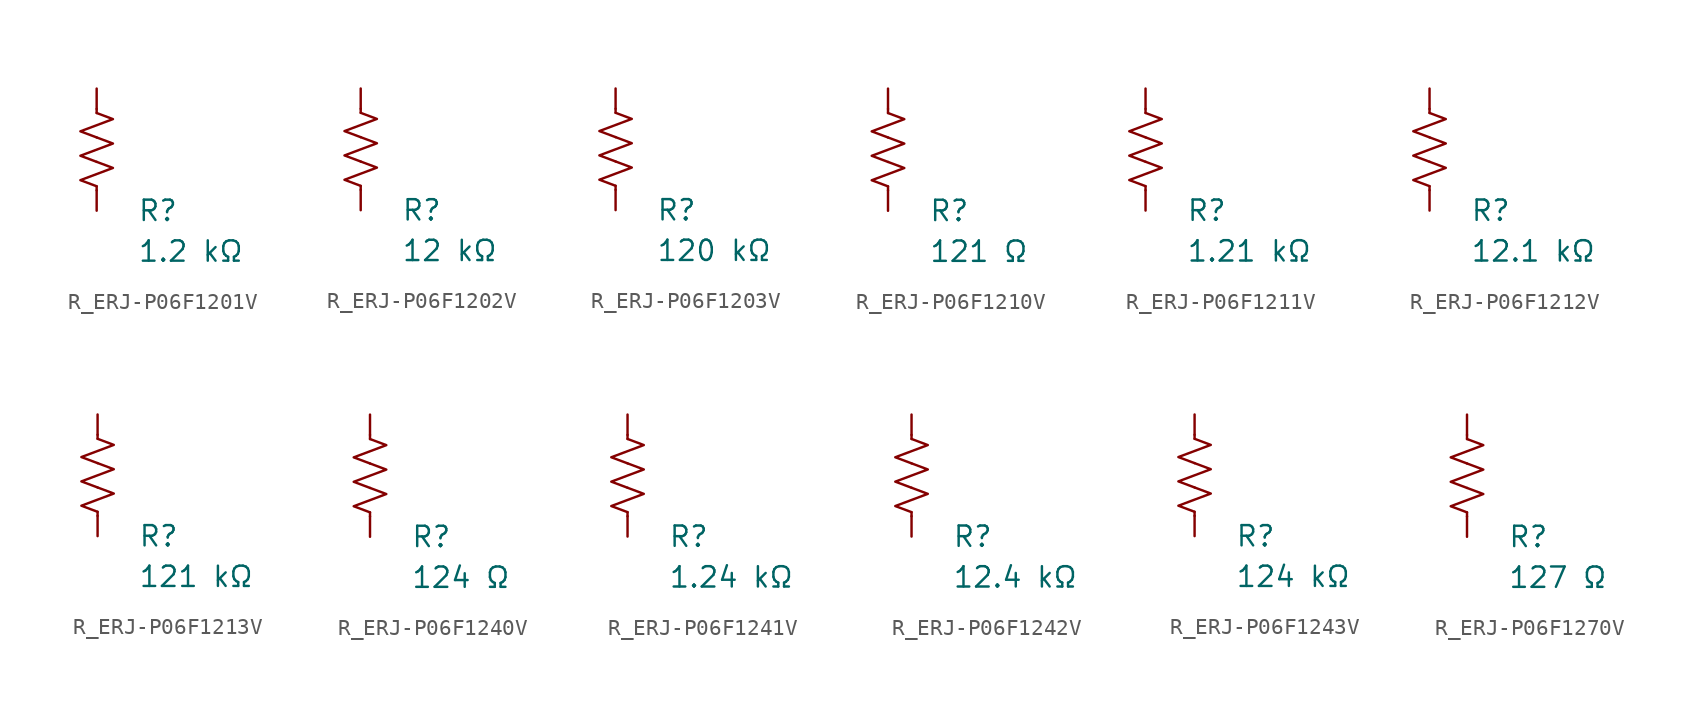
<source format=kicad_sym>
(kicad_symbol_lib
  (version 20231120)
  (generator "kicad_symbol_editor")
  (generator_version "8.0")
  (symbol "R_ERJ-P06F1201V"
    (pin_numbers hide)
    (pin_names
      (offset 0))
    (property "Reference" "R"
      (at 2.54 -3.81 0)
      (effects (font (size 1.27 1.27)) (justify left))
      (show_name no))
    (property "Value" "1.2 kΩ"
      (at 2.54 -6.35 0)
      (effects (font (size 1.27 1.27)) (justify left))
      (show_name no))
    (symbol "R_ERJ-P06F1201V_0_1"
      (polyline (pts (xy 0 -2.286) (xy 0 -2.54)) (stroke (width 0) (type default)) (fill (type none)))
      (polyline (pts (xy 0 2.286) (xy 0 2.54)) (stroke (width 0) (type default)) (fill (type none)))
      (polyline (pts (xy 0 -0.762) (xy 1.016 -1.143) (xy 0 -1.524) (xy -1.016 -1.905) (xy 0 -2.286)) (stroke (width 0) (type default)) (fill (type none)))
      (polyline (pts (xy 0 0.762) (xy 1.016 0.381) (xy 0 0) (xy -1.016 -0.381) (xy 0 -0.762)) (stroke (width 0) (type default)) (fill (type none)))
      (polyline (pts (xy 0 2.286) (xy 1.016 1.905) (xy 0 1.524) (xy -1.016 1.143) (xy 0 0.762)) (stroke (width 0) (type default)) (fill (type none))))
    (symbol "R_ERJ-P06F1201V_1_1"
      (pin passive line (at 0 3.81 270) (length 1.27) (name "~" (effects (font (size 1.27 1.27)))) (number "1" (effects (font (size 1.27 1.27)))))
      (pin passive line (at 0 -3.81 90) (length 1.27) (name "~" (effects (font (size 1.27 1.27)))) (number "2" (effects (font (size 1.27 1.27)))))))
  (symbol "R_ERJ-P06F1202V"
    (pin_numbers hide)
    (pin_names
      (offset 0))
    (property "Reference" "R"
      (at 2.54 -3.81 0)
      (effects (font (size 1.27 1.27)) (justify left))
      (show_name no))
    (property "Value" "12 kΩ"
      (at 2.54 -6.35 0)
      (effects (font (size 1.27 1.27)) (justify left))
      (show_name no))
    (symbol "R_ERJ-P06F1202V_0_1"
      (polyline (pts (xy 0 -2.286) (xy 0 -2.54)) (stroke (width 0) (type default)) (fill (type none)))
      (polyline (pts (xy 0 2.286) (xy 0 2.54)) (stroke (width 0) (type default)) (fill (type none)))
      (polyline (pts (xy 0 -0.762) (xy 1.016 -1.143) (xy 0 -1.524) (xy -1.016 -1.905) (xy 0 -2.286)) (stroke (width 0) (type default)) (fill (type none)))
      (polyline (pts (xy 0 0.762) (xy 1.016 0.381) (xy 0 0) (xy -1.016 -0.381) (xy 0 -0.762)) (stroke (width 0) (type default)) (fill (type none)))
      (polyline (pts (xy 0 2.286) (xy 1.016 1.905) (xy 0 1.524) (xy -1.016 1.143) (xy 0 0.762)) (stroke (width 0) (type default)) (fill (type none))))
    (symbol "R_ERJ-P06F1202V_1_1"
      (pin passive line (at 0 3.81 270) (length 1.27) (name "~" (effects (font (size 1.27 1.27)))) (number "1" (effects (font (size 1.27 1.27)))))
      (pin passive line (at 0 -3.81 90) (length 1.27) (name "~" (effects (font (size 1.27 1.27)))) (number "2" (effects (font (size 1.27 1.27)))))))
  (symbol "R_ERJ-P06F1203V"
    (pin_numbers hide)
    (pin_names
      (offset 0))
    (property "Reference" "R"
      (at 2.54 -3.81 0)
      (effects (font (size 1.27 1.27)) (justify left))
      (show_name no))
    (property "Value" "120 kΩ"
      (at 2.54 -6.35 0)
      (effects (font (size 1.27 1.27)) (justify left))
      (show_name no))
    (symbol "R_ERJ-P06F1203V_0_1"
      (polyline (pts (xy 0 -2.286) (xy 0 -2.54)) (stroke (width 0) (type default)) (fill (type none)))
      (polyline (pts (xy 0 2.286) (xy 0 2.54)) (stroke (width 0) (type default)) (fill (type none)))
      (polyline (pts (xy 0 -0.762) (xy 1.016 -1.143) (xy 0 -1.524) (xy -1.016 -1.905) (xy 0 -2.286)) (stroke (width 0) (type default)) (fill (type none)))
      (polyline (pts (xy 0 0.762) (xy 1.016 0.381) (xy 0 0) (xy -1.016 -0.381) (xy 0 -0.762)) (stroke (width 0) (type default)) (fill (type none)))
      (polyline (pts (xy 0 2.286) (xy 1.016 1.905) (xy 0 1.524) (xy -1.016 1.143) (xy 0 0.762)) (stroke (width 0) (type default)) (fill (type none))))
    (symbol "R_ERJ-P06F1203V_1_1"
      (pin passive line (at 0 3.81 270) (length 1.27) (name "~" (effects (font (size 1.27 1.27)))) (number "1" (effects (font (size 1.27 1.27)))))
      (pin passive line (at 0 -3.81 90) (length 1.27) (name "~" (effects (font (size 1.27 1.27)))) (number "2" (effects (font (size 1.27 1.27)))))))
  (symbol "R_ERJ-P06F1210V"
    (pin_numbers hide)
    (pin_names
      (offset 0))
    (property "Reference" "R"
      (at 2.54 -3.81 0)
      (effects (font (size 1.27 1.27)) (justify left))
      (show_name no))
    (property "Value" "121 Ω"
      (at 2.54 -6.35 0)
      (effects (font (size 1.27 1.27)) (justify left))
      (show_name no))
    (symbol "R_ERJ-P06F1210V_0_1"
      (polyline (pts (xy 0 -2.286) (xy 0 -2.54)) (stroke (width 0) (type default)) (fill (type none)))
      (polyline (pts (xy 0 2.286) (xy 0 2.54)) (stroke (width 0) (type default)) (fill (type none)))
      (polyline (pts (xy 0 -0.762) (xy 1.016 -1.143) (xy 0 -1.524) (xy -1.016 -1.905) (xy 0 -2.286)) (stroke (width 0) (type default)) (fill (type none)))
      (polyline (pts (xy 0 0.762) (xy 1.016 0.381) (xy 0 0) (xy -1.016 -0.381) (xy 0 -0.762)) (stroke (width 0) (type default)) (fill (type none)))
      (polyline (pts (xy 0 2.286) (xy 1.016 1.905) (xy 0 1.524) (xy -1.016 1.143) (xy 0 0.762)) (stroke (width 0) (type default)) (fill (type none))))
    (symbol "R_ERJ-P06F1210V_1_1"
      (pin passive line (at 0 3.81 270) (length 1.27) (name "~" (effects (font (size 1.27 1.27)))) (number "1" (effects (font (size 1.27 1.27)))))
      (pin passive line (at 0 -3.81 90) (length 1.27) (name "~" (effects (font (size 1.27 1.27)))) (number "2" (effects (font (size 1.27 1.27)))))))
  (symbol "R_ERJ-P06F1211V"
    (pin_numbers hide)
    (pin_names
      (offset 0))
    (property "Reference" "R"
      (at 2.54 -3.81 0)
      (effects (font (size 1.27 1.27)) (justify left))
      (show_name no))
    (property "Value" "1.21 kΩ"
      (at 2.54 -6.35 0)
      (effects (font (size 1.27 1.27)) (justify left))
      (show_name no))
    (symbol "R_ERJ-P06F1211V_0_1"
      (polyline (pts (xy 0 -2.286) (xy 0 -2.54)) (stroke (width 0) (type default)) (fill (type none)))
      (polyline (pts (xy 0 2.286) (xy 0 2.54)) (stroke (width 0) (type default)) (fill (type none)))
      (polyline (pts (xy 0 -0.762) (xy 1.016 -1.143) (xy 0 -1.524) (xy -1.016 -1.905) (xy 0 -2.286)) (stroke (width 0) (type default)) (fill (type none)))
      (polyline (pts (xy 0 0.762) (xy 1.016 0.381) (xy 0 0) (xy -1.016 -0.381) (xy 0 -0.762)) (stroke (width 0) (type default)) (fill (type none)))
      (polyline (pts (xy 0 2.286) (xy 1.016 1.905) (xy 0 1.524) (xy -1.016 1.143) (xy 0 0.762)) (stroke (width 0) (type default)) (fill (type none))))
    (symbol "R_ERJ-P06F1211V_1_1"
      (pin passive line (at 0 3.81 270) (length 1.27) (name "~" (effects (font (size 1.27 1.27)))) (number "1" (effects (font (size 1.27 1.27)))))
      (pin passive line (at 0 -3.81 90) (length 1.27) (name "~" (effects (font (size 1.27 1.27)))) (number "2" (effects (font (size 1.27 1.27)))))))
  (symbol "R_ERJ-P06F1212V"
    (pin_numbers hide)
    (pin_names
      (offset 0))
    (property "Reference" "R"
      (at 2.54 -3.81 0)
      (effects (font (size 1.27 1.27)) (justify left))
      (show_name no))
    (property "Value" "12.1 kΩ"
      (at 2.54 -6.35 0)
      (effects (font (size 1.27 1.27)) (justify left))
      (show_name no))
    (symbol "R_ERJ-P06F1212V_0_1"
      (polyline (pts (xy 0 -2.286) (xy 0 -2.54)) (stroke (width 0) (type default)) (fill (type none)))
      (polyline (pts (xy 0 2.286) (xy 0 2.54)) (stroke (width 0) (type default)) (fill (type none)))
      (polyline (pts (xy 0 -0.762) (xy 1.016 -1.143) (xy 0 -1.524) (xy -1.016 -1.905) (xy 0 -2.286)) (stroke (width 0) (type default)) (fill (type none)))
      (polyline (pts (xy 0 0.762) (xy 1.016 0.381) (xy 0 0) (xy -1.016 -0.381) (xy 0 -0.762)) (stroke (width 0) (type default)) (fill (type none)))
      (polyline (pts (xy 0 2.286) (xy 1.016 1.905) (xy 0 1.524) (xy -1.016 1.143) (xy 0 0.762)) (stroke (width 0) (type default)) (fill (type none))))
    (symbol "R_ERJ-P06F1212V_1_1"
      (pin passive line (at 0 3.81 270) (length 1.27) (name "~" (effects (font (size 1.27 1.27)))) (number "1" (effects (font (size 1.27 1.27)))))
      (pin passive line (at 0 -3.81 90) (length 1.27) (name "~" (effects (font (size 1.27 1.27)))) (number "2" (effects (font (size 1.27 1.27)))))))
  (symbol "R_ERJ-P06F1213V"
    (pin_numbers hide)
    (pin_names
      (offset 0))
    (property "Reference" "R"
      (at 2.54 -3.81 0)
      (effects (font (size 1.27 1.27)) (justify left))
      (show_name no))
    (property "Value" "121 kΩ"
      (at 2.54 -6.35 0)
      (effects (font (size 1.27 1.27)) (justify left))
      (show_name no))
    (symbol "R_ERJ-P06F1213V_0_1"
      (polyline (pts (xy 0 -2.286) (xy 0 -2.54)) (stroke (width 0) (type default)) (fill (type none)))
      (polyline (pts (xy 0 2.286) (xy 0 2.54)) (stroke (width 0) (type default)) (fill (type none)))
      (polyline (pts (xy 0 -0.762) (xy 1.016 -1.143) (xy 0 -1.524) (xy -1.016 -1.905) (xy 0 -2.286)) (stroke (width 0) (type default)) (fill (type none)))
      (polyline (pts (xy 0 0.762) (xy 1.016 0.381) (xy 0 0) (xy -1.016 -0.381) (xy 0 -0.762)) (stroke (width 0) (type default)) (fill (type none)))
      (polyline (pts (xy 0 2.286) (xy 1.016 1.905) (xy 0 1.524) (xy -1.016 1.143) (xy 0 0.762)) (stroke (width 0) (type default)) (fill (type none))))
    (symbol "R_ERJ-P06F1213V_1_1"
      (pin passive line (at 0 3.81 270) (length 1.27) (name "~" (effects (font (size 1.27 1.27)))) (number "1" (effects (font (size 1.27 1.27)))))
      (pin passive line (at 0 -3.81 90) (length 1.27) (name "~" (effects (font (size 1.27 1.27)))) (number "2" (effects (font (size 1.27 1.27)))))))
  (symbol "R_ERJ-P06F1240V"
    (pin_numbers hide)
    (pin_names
      (offset 0))
    (property "Reference" "R"
      (at 2.54 -3.81 0)
      (effects (font (size 1.27 1.27)) (justify left))
      (show_name no))
    (property "Value" "124 Ω"
      (at 2.54 -6.35 0)
      (effects (font (size 1.27 1.27)) (justify left))
      (show_name no))
    (symbol "R_ERJ-P06F1240V_0_1"
      (polyline (pts (xy 0 -2.286) (xy 0 -2.54)) (stroke (width 0) (type default)) (fill (type none)))
      (polyline (pts (xy 0 2.286) (xy 0 2.54)) (stroke (width 0) (type default)) (fill (type none)))
      (polyline (pts (xy 0 -0.762) (xy 1.016 -1.143) (xy 0 -1.524) (xy -1.016 -1.905) (xy 0 -2.286)) (stroke (width 0) (type default)) (fill (type none)))
      (polyline (pts (xy 0 0.762) (xy 1.016 0.381) (xy 0 0) (xy -1.016 -0.381) (xy 0 -0.762)) (stroke (width 0) (type default)) (fill (type none)))
      (polyline (pts (xy 0 2.286) (xy 1.016 1.905) (xy 0 1.524) (xy -1.016 1.143) (xy 0 0.762)) (stroke (width 0) (type default)) (fill (type none))))
    (symbol "R_ERJ-P06F1240V_1_1"
      (pin passive line (at 0 3.81 270) (length 1.27) (name "~" (effects (font (size 1.27 1.27)))) (number "1" (effects (font (size 1.27 1.27)))))
      (pin passive line (at 0 -3.81 90) (length 1.27) (name "~" (effects (font (size 1.27 1.27)))) (number "2" (effects (font (size 1.27 1.27)))))))
  (symbol "R_ERJ-P06F1241V"
    (pin_numbers hide)
    (pin_names
      (offset 0))
    (property "Reference" "R"
      (at 2.54 -3.81 0)
      (effects (font (size 1.27 1.27)) (justify left))
      (show_name no))
    (property "Value" "1.24 kΩ"
      (at 2.54 -6.35 0)
      (effects (font (size 1.27 1.27)) (justify left))
      (show_name no))
    (symbol "R_ERJ-P06F1241V_0_1"
      (polyline (pts (xy 0 -2.286) (xy 0 -2.54)) (stroke (width 0) (type default)) (fill (type none)))
      (polyline (pts (xy 0 2.286) (xy 0 2.54)) (stroke (width 0) (type default)) (fill (type none)))
      (polyline (pts (xy 0 -0.762) (xy 1.016 -1.143) (xy 0 -1.524) (xy -1.016 -1.905) (xy 0 -2.286)) (stroke (width 0) (type default)) (fill (type none)))
      (polyline (pts (xy 0 0.762) (xy 1.016 0.381) (xy 0 0) (xy -1.016 -0.381) (xy 0 -0.762)) (stroke (width 0) (type default)) (fill (type none)))
      (polyline (pts (xy 0 2.286) (xy 1.016 1.905) (xy 0 1.524) (xy -1.016 1.143) (xy 0 0.762)) (stroke (width 0) (type default)) (fill (type none))))
    (symbol "R_ERJ-P06F1241V_1_1"
      (pin passive line (at 0 3.81 270) (length 1.27) (name "~" (effects (font (size 1.27 1.27)))) (number "1" (effects (font (size 1.27 1.27)))))
      (pin passive line (at 0 -3.81 90) (length 1.27) (name "~" (effects (font (size 1.27 1.27)))) (number "2" (effects (font (size 1.27 1.27)))))))
  (symbol "R_ERJ-P06F1242V"
    (pin_numbers hide)
    (pin_names
      (offset 0))
    (property "Reference" "R"
      (at 2.54 -3.81 0)
      (effects (font (size 1.27 1.27)) (justify left))
      (show_name no))
    (property "Value" "12.4 kΩ"
      (at 2.54 -6.35 0)
      (effects (font (size 1.27 1.27)) (justify left))
      (show_name no))
    (symbol "R_ERJ-P06F1242V_0_1"
      (polyline (pts (xy 0 -2.286) (xy 0 -2.54)) (stroke (width 0) (type default)) (fill (type none)))
      (polyline (pts (xy 0 2.286) (xy 0 2.54)) (stroke (width 0) (type default)) (fill (type none)))
      (polyline (pts (xy 0 -0.762) (xy 1.016 -1.143) (xy 0 -1.524) (xy -1.016 -1.905) (xy 0 -2.286)) (stroke (width 0) (type default)) (fill (type none)))
      (polyline (pts (xy 0 0.762) (xy 1.016 0.381) (xy 0 0) (xy -1.016 -0.381) (xy 0 -0.762)) (stroke (width 0) (type default)) (fill (type none)))
      (polyline (pts (xy 0 2.286) (xy 1.016 1.905) (xy 0 1.524) (xy -1.016 1.143) (xy 0 0.762)) (stroke (width 0) (type default)) (fill (type none))))
    (symbol "R_ERJ-P06F1242V_1_1"
      (pin passive line (at 0 3.81 270) (length 1.27) (name "~" (effects (font (size 1.27 1.27)))) (number "1" (effects (font (size 1.27 1.27)))))
      (pin passive line (at 0 -3.81 90) (length 1.27) (name "~" (effects (font (size 1.27 1.27)))) (number "2" (effects (font (size 1.27 1.27)))))))
  (symbol "R_ERJ-P06F1243V"
    (pin_numbers hide)
    (pin_names
      (offset 0))
    (property "Reference" "R"
      (at 2.54 -3.81 0)
      (effects (font (size 1.27 1.27)) (justify left))
      (show_name no))
    (property "Value" "124 kΩ"
      (at 2.54 -6.35 0)
      (effects (font (size 1.27 1.27)) (justify left))
      (show_name no))
    (symbol "R_ERJ-P06F1243V_0_1"
      (polyline (pts (xy 0 -2.286) (xy 0 -2.54)) (stroke (width 0) (type default)) (fill (type none)))
      (polyline (pts (xy 0 2.286) (xy 0 2.54)) (stroke (width 0) (type default)) (fill (type none)))
      (polyline (pts (xy 0 -0.762) (xy 1.016 -1.143) (xy 0 -1.524) (xy -1.016 -1.905) (xy 0 -2.286)) (stroke (width 0) (type default)) (fill (type none)))
      (polyline (pts (xy 0 0.762) (xy 1.016 0.381) (xy 0 0) (xy -1.016 -0.381) (xy 0 -0.762)) (stroke (width 0) (type default)) (fill (type none)))
      (polyline (pts (xy 0 2.286) (xy 1.016 1.905) (xy 0 1.524) (xy -1.016 1.143) (xy 0 0.762)) (stroke (width 0) (type default)) (fill (type none))))
    (symbol "R_ERJ-P06F1243V_1_1"
      (pin passive line (at 0 3.81 270) (length 1.27) (name "~" (effects (font (size 1.27 1.27)))) (number "1" (effects (font (size 1.27 1.27)))))
      (pin passive line (at 0 -3.81 90) (length 1.27) (name "~" (effects (font (size 1.27 1.27)))) (number "2" (effects (font (size 1.27 1.27)))))))
  (symbol "R_ERJ-P06F1270V"
    (pin_numbers hide)
    (pin_names
      (offset 0))
    (property "Reference" "R"
      (at 2.54 -3.81 0)
      (effects (font (size 1.27 1.27)) (justify left))
      (show_name no))
    (property "Value" "127 Ω"
      (at 2.54 -6.35 0)
      (effects (font (size 1.27 1.27)) (justify left))
      (show_name no))
    (symbol "R_ERJ-P06F1270V_0_1"
      (polyline (pts (xy 0 -2.286) (xy 0 -2.54)) (stroke (width 0) (type default)) (fill (type none)))
      (polyline (pts (xy 0 2.286) (xy 0 2.54)) (stroke (width 0) (type default)) (fill (type none)))
      (polyline (pts (xy 0 -0.762) (xy 1.016 -1.143) (xy 0 -1.524) (xy -1.016 -1.905) (xy 0 -2.286)) (stroke (width 0) (type default)) (fill (type none)))
      (polyline (pts (xy 0 0.762) (xy 1.016 0.381) (xy 0 0) (xy -1.016 -0.381) (xy 0 -0.762)) (stroke (width 0) (type default)) (fill (type none)))
      (polyline (pts (xy 0 2.286) (xy 1.016 1.905) (xy 0 1.524) (xy -1.016 1.143) (xy 0 0.762)) (stroke (width 0) (type default)) (fill (type none))))
    (symbol "R_ERJ-P06F1270V_1_1"
      (pin passive line (at 0 3.81 270) (length 1.27) (name "~" (effects (font (size 1.27 1.27)))) (number "1" (effects (font (size 1.27 1.27)))))
      (pin passive line (at 0 -3.81 90) (length 1.27) (name "~" (effects (font (size 1.27 1.27)))) (number "2" (effects (font (size 1.27 1.27))))))))
</source>
